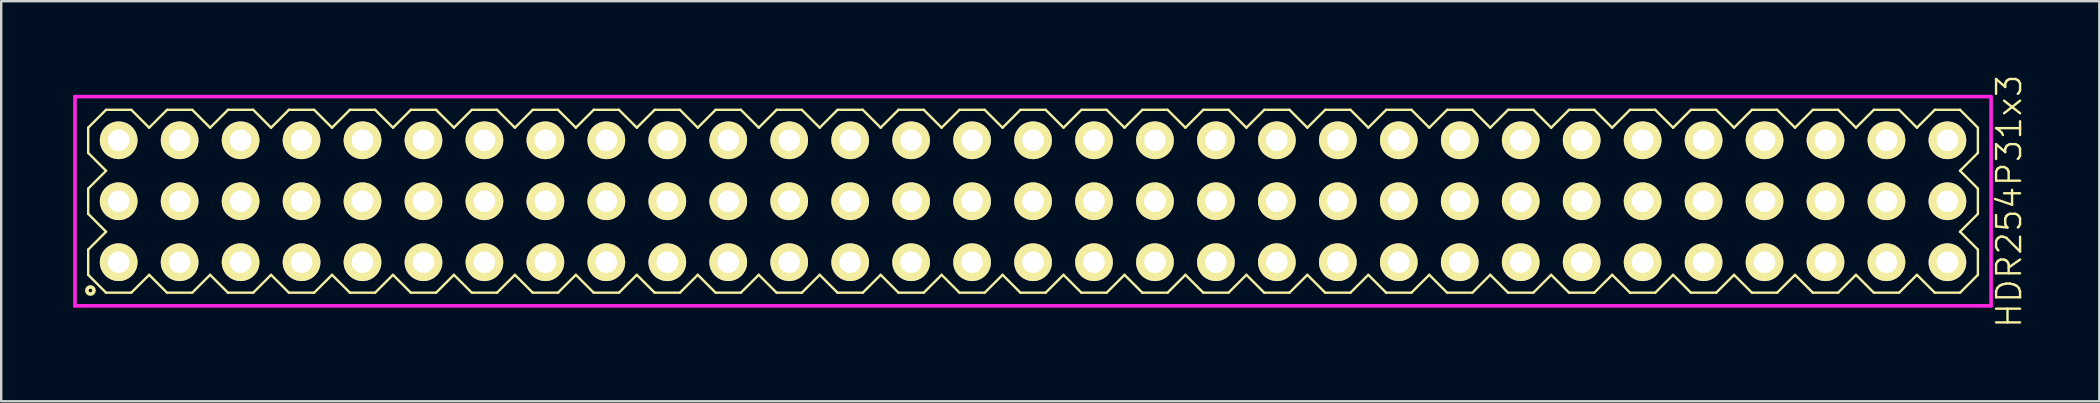
<source format=kicad_pcb>
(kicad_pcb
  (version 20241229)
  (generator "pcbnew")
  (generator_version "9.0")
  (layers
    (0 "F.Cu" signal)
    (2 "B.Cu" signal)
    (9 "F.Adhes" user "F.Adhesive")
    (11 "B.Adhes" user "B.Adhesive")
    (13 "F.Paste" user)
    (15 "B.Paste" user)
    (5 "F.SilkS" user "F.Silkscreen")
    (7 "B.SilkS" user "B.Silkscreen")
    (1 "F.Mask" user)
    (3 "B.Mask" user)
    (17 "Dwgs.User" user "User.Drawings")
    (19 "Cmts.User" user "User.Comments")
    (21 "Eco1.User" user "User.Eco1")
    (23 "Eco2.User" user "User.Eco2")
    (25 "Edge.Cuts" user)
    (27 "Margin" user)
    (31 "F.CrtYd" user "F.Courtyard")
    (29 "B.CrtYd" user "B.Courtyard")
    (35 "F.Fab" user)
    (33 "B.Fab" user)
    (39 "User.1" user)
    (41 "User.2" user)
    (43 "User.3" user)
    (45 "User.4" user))
  (footprint "HDR254P31x3"
    (layer "F.Cu")
    (at 39.995 5.336)
    (property "Reference" "HDR254P31x3" (at 40.67 0 90) (layer "F.SilkS") (effects (font (size 1 1) (thickness 0.1))))
    (attr through_hole)
    (fp_line (start -39.37 -3.066) (end -38.626 -3.81) (stroke (width 0.1) (type solid)) (layer "F.SilkS"))
    (fp_line (start -39.37 -2.014) (end -39.37 -3.066) (stroke (width 0.1) (type solid)) (layer "F.SilkS"))
    (fp_line (start -39.37 -0.526) (end -38.626 -1.27) (stroke (width 0.1) (type solid)) (layer "F.SilkS"))
    (fp_line (start -39.37 0.526) (end -39.37 -0.526) (stroke (width 0.1) (type solid)) (layer "F.SilkS"))
    (fp_line (start -39.37 2.014) (end -38.626 1.27) (stroke (width 0.1) (type solid)) (layer "F.SilkS"))
    (fp_line (start -39.37 3.066) (end -39.37 2.014) (stroke (width 0.1) (type solid)) (layer "F.SilkS"))
    (fp_line (start -38.626 -3.81) (end -37.574 -3.81) (stroke (width 0.1) (type solid)) (layer "F.SilkS"))
    (fp_line (start -38.626 -1.27) (end -39.37 -2.014) (stroke (width 0.1) (type solid)) (layer "F.SilkS"))
    (fp_line (start -38.626 1.27) (end -39.37 0.526) (stroke (width 0.1) (type solid)) (layer "F.SilkS"))
    (fp_line (start -38.626 3.81) (end -39.37 3.066) (stroke (width 0.1) (type solid)) (layer "F.SilkS"))
    (fp_line (start -37.574 -3.81) (end -36.83 -3.066) (stroke (width 0.1) (type solid)) (layer "F.SilkS"))
    (fp_line (start -37.574 3.81) (end -38.626 3.81) (stroke (width 0.1) (type solid)) (layer "F.SilkS"))
    (fp_line (start -36.83 -3.066) (end -36.086 -3.81) (stroke (width 0.1) (type solid)) (layer "F.SilkS"))
    (fp_line (start -36.83 3.066) (end -37.574 3.81) (stroke (width 0.1) (type solid)) (layer "F.SilkS"))
    (fp_line (start -36.086 -3.81) (end -35.034 -3.81) (stroke (width 0.1) (type solid)) (layer "F.SilkS"))
    (fp_line (start -36.086 3.81) (end -36.83 3.066) (stroke (width 0.1) (type solid)) (layer "F.SilkS"))
    (fp_line (start -35.034 -3.81) (end -34.29 -3.066) (stroke (width 0.1) (type solid)) (layer "F.SilkS"))
    (fp_line (start -35.034 3.81) (end -36.086 3.81) (stroke (width 0.1) (type solid)) (layer "F.SilkS"))
    (fp_line (start -34.29 -3.066) (end -33.546 -3.81) (stroke (width 0.1) (type solid)) (layer "F.SilkS"))
    (fp_line (start -34.29 3.066) (end -35.034 3.81) (stroke (width 0.1) (type solid)) (layer "F.SilkS"))
    (fp_line (start -33.546 -3.81) (end -32.494 -3.81) (stroke (width 0.1) (type solid)) (layer "F.SilkS"))
    (fp_line (start -33.546 3.81) (end -34.29 3.066) (stroke (width 0.1) (type solid)) (layer "F.SilkS"))
    (fp_line (start -32.494 -3.81) (end -31.75 -3.066) (stroke (width 0.1) (type solid)) (layer "F.SilkS"))
    (fp_line (start -32.494 3.81) (end -33.546 3.81) (stroke (width 0.1) (type solid)) (layer "F.SilkS"))
    (fp_line (start -31.75 -3.066) (end -31.006 -3.81) (stroke (width 0.1) (type solid)) (layer "F.SilkS"))
    (fp_line (start -31.75 3.066) (end -32.494 3.81) (stroke (width 0.1) (type solid)) (layer "F.SilkS"))
    (fp_line (start -31.006 -3.81) (end -29.954 -3.81) (stroke (width 0.1) (type solid)) (layer "F.SilkS"))
    (fp_line (start -31.006 3.81) (end -31.75 3.066) (stroke (width 0.1) (type solid)) (layer "F.SilkS"))
    (fp_line (start -29.954 -3.81) (end -29.21 -3.066) (stroke (width 0.1) (type solid)) (layer "F.SilkS"))
    (fp_line (start -29.954 3.81) (end -31.006 3.81) (stroke (width 0.1) (type solid)) (layer "F.SilkS"))
    (fp_line (start -29.21 -3.066) (end -28.466 -3.81) (stroke (width 0.1) (type solid)) (layer "F.SilkS"))
    (fp_line (start -29.21 3.066) (end -29.954 3.81) (stroke (width 0.1) (type solid)) (layer "F.SilkS"))
    (fp_line (start -28.466 -3.81) (end -27.414 -3.81) (stroke (width 0.1) (type solid)) (layer "F.SilkS"))
    (fp_line (start -28.466 3.81) (end -29.21 3.066) (stroke (width 0.1) (type solid)) (layer "F.SilkS"))
    (fp_line (start -27.414 -3.81) (end -26.67 -3.066) (stroke (width 0.1) (type solid)) (layer "F.SilkS"))
    (fp_line (start -27.414 3.81) (end -28.466 3.81) (stroke (width 0.1) (type solid)) (layer "F.SilkS"))
    (fp_line (start -26.67 -3.066) (end -25.926 -3.81) (stroke (width 0.1) (type solid)) (layer "F.SilkS"))
    (fp_line (start -26.67 3.066) (end -27.414 3.81) (stroke (width 0.1) (type solid)) (layer "F.SilkS"))
    (fp_line (start -25.926 -3.81) (end -24.874 -3.81) (stroke (width 0.1) (type solid)) (layer "F.SilkS"))
    (fp_line (start -25.926 3.81) (end -26.67 3.066) (stroke (width 0.1) (type solid)) (layer "F.SilkS"))
    (fp_line (start -24.874 -3.81) (end -24.13 -3.066) (stroke (width 0.1) (type solid)) (layer "F.SilkS"))
    (fp_line (start -24.874 3.81) (end -25.926 3.81) (stroke (width 0.1) (type solid)) (layer "F.SilkS"))
    (fp_line (start -24.13 -3.066) (end -23.386 -3.81) (stroke (width 0.1) (type solid)) (layer "F.SilkS"))
    (fp_line (start -24.13 3.066) (end -24.874 3.81) (stroke (width 0.1) (type solid)) (layer "F.SilkS"))
    (fp_line (start -23.386 -3.81) (end -22.334 -3.81) (stroke (width 0.1) (type solid)) (layer "F.SilkS"))
    (fp_line (start -23.386 3.81) (end -24.13 3.066) (stroke (width 0.1) (type solid)) (layer "F.SilkS"))
    (fp_line (start -22.334 -3.81) (end -21.59 -3.066) (stroke (width 0.1) (type solid)) (layer "F.SilkS"))
    (fp_line (start -22.334 3.81) (end -23.386 3.81) (stroke (width 0.1) (type solid)) (layer "F.SilkS"))
    (fp_line (start -21.59 -3.066) (end -20.846 -3.81) (stroke (width 0.1) (type solid)) (layer "F.SilkS"))
    (fp_line (start -21.59 3.066) (end -22.334 3.81) (stroke (width 0.1) (type solid)) (layer "F.SilkS"))
    (fp_line (start -20.846 -3.81) (end -19.794 -3.81) (stroke (width 0.1) (type solid)) (layer "F.SilkS"))
    (fp_line (start -20.846 3.81) (end -21.59 3.066) (stroke (width 0.1) (type solid)) (layer "F.SilkS"))
    (fp_line (start -19.794 -3.81) (end -19.05 -3.066) (stroke (width 0.1) (type solid)) (layer "F.SilkS"))
    (fp_line (start -19.794 3.81) (end -20.846 3.81) (stroke (width 0.1) (type solid)) (layer "F.SilkS"))
    (fp_line (start -19.05 -3.066) (end -18.306 -3.81) (stroke (width 0.1) (type solid)) (layer "F.SilkS"))
    (fp_line (start -19.05 3.066) (end -19.794 3.81) (stroke (width 0.1) (type solid)) (layer "F.SilkS"))
    (fp_line (start -18.306 -3.81) (end -17.254 -3.81) (stroke (width 0.1) (type solid)) (layer "F.SilkS"))
    (fp_line (start -18.306 3.81) (end -19.05 3.066) (stroke (width 0.1) (type solid)) (layer "F.SilkS"))
    (fp_line (start -17.254 -3.81) (end -16.51 -3.066) (stroke (width 0.1) (type solid)) (layer "F.SilkS"))
    (fp_line (start -17.254 3.81) (end -18.306 3.81) (stroke (width 0.1) (type solid)) (layer "F.SilkS"))
    (fp_line (start -16.51 -3.066) (end -15.766 -3.81) (stroke (width 0.1) (type solid)) (layer "F.SilkS"))
    (fp_line (start -16.51 3.066) (end -17.254 3.81) (stroke (width 0.1) (type solid)) (layer "F.SilkS"))
    (fp_line (start -15.766 -3.81) (end -14.714 -3.81) (stroke (width 0.1) (type solid)) (layer "F.SilkS"))
    (fp_line (start -15.766 3.81) (end -16.51 3.066) (stroke (width 0.1) (type solid)) (layer "F.SilkS"))
    (fp_line (start -14.714 -3.81) (end -13.97 -3.066) (stroke (width 0.1) (type solid)) (layer "F.SilkS"))
    (fp_line (start -14.714 3.81) (end -15.766 3.81) (stroke (width 0.1) (type solid)) (layer "F.SilkS"))
    (fp_line (start -13.97 -3.066) (end -13.226 -3.81) (stroke (width 0.1) (type solid)) (layer "F.SilkS"))
    (fp_line (start -13.97 3.066) (end -14.714 3.81) (stroke (width 0.1) (type solid)) (layer "F.SilkS"))
    (fp_line (start -13.226 -3.81) (end -12.174 -3.81) (stroke (width 0.1) (type solid)) (layer "F.SilkS"))
    (fp_line (start -13.226 3.81) (end -13.97 3.066) (stroke (width 0.1) (type solid)) (layer "F.SilkS"))
    (fp_line (start -12.174 -3.81) (end -11.43 -3.066) (stroke (width 0.1) (type solid)) (layer "F.SilkS"))
    (fp_line (start -12.174 3.81) (end -13.226 3.81) (stroke (width 0.1) (type solid)) (layer "F.SilkS"))
    (fp_line (start -11.43 -3.066) (end -10.686 -3.81) (stroke (width 0.1) (type solid)) (layer "F.SilkS"))
    (fp_line (start -11.43 3.066) (end -12.174 3.81) (stroke (width 0.1) (type solid)) (layer "F.SilkS"))
    (fp_line (start -10.686 -3.81) (end -9.634 -3.81) (stroke (width 0.1) (type solid)) (layer "F.SilkS"))
    (fp_line (start -10.686 3.81) (end -11.43 3.066) (stroke (width 0.1) (type solid)) (layer "F.SilkS"))
    (fp_line (start -9.634 -3.81) (end -8.89 -3.066) (stroke (width 0.1) (type solid)) (layer "F.SilkS"))
    (fp_line (start -9.634 3.81) (end -10.686 3.81) (stroke (width 0.1) (type solid)) (layer "F.SilkS"))
    (fp_line (start -8.89 -3.066) (end -8.146 -3.81) (stroke (width 0.1) (type solid)) (layer "F.SilkS"))
    (fp_line (start -8.89 3.066) (end -9.634 3.81) (stroke (width 0.1) (type solid)) (layer "F.SilkS"))
    (fp_line (start -8.146 -3.81) (end -7.094 -3.81) (stroke (width 0.1) (type solid)) (layer "F.SilkS"))
    (fp_line (start -8.146 3.81) (end -8.89 3.066) (stroke (width 0.1) (type solid)) (layer "F.SilkS"))
    (fp_line (start -7.094 -3.81) (end -6.35 -3.066) (stroke (width 0.1) (type solid)) (layer "F.SilkS"))
    (fp_line (start -7.094 3.81) (end -8.146 3.81) (stroke (width 0.1) (type solid)) (layer "F.SilkS"))
    (fp_line (start -6.35 -3.066) (end -5.606 -3.81) (stroke (width 0.1) (type solid)) (layer "F.SilkS"))
    (fp_line (start -6.35 3.066) (end -7.094 3.81) (stroke (width 0.1) (type solid)) (layer "F.SilkS"))
    (fp_line (start -5.606 -3.81) (end -4.554 -3.81) (stroke (width 0.1) (type solid)) (layer "F.SilkS"))
    (fp_line (start -5.606 3.81) (end -6.35 3.066) (stroke (width 0.1) (type solid)) (layer "F.SilkS"))
    (fp_line (start -4.554 -3.81) (end -3.81 -3.066) (stroke (width 0.1) (type solid)) (layer "F.SilkS"))
    (fp_line (start -4.554 3.81) (end -5.606 3.81) (stroke (width 0.1) (type solid)) (layer "F.SilkS"))
    (fp_line (start -3.81 -3.066) (end -3.066 -3.81) (stroke (width 0.1) (type solid)) (layer "F.SilkS"))
    (fp_line (start -3.81 3.066) (end -4.554 3.81) (stroke (width 0.1) (type solid)) (layer "F.SilkS"))
    (fp_line (start -3.066 -3.81) (end -2.014 -3.81) (stroke (width 0.1) (type solid)) (layer "F.SilkS"))
    (fp_line (start -3.066 3.81) (end -3.81 3.066) (stroke (width 0.1) (type solid)) (layer "F.SilkS"))
    (fp_line (start -2.014 -3.81) (end -1.27 -3.066) (stroke (width 0.1) (type solid)) (layer "F.SilkS"))
    (fp_line (start -2.014 3.81) (end -3.066 3.81) (stroke (width 0.1) (type solid)) (layer "F.SilkS"))
    (fp_line (start -1.27 -3.066) (end -0.526 -3.81) (stroke (width 0.1) (type solid)) (layer "F.SilkS"))
    (fp_line (start -1.27 3.066) (end -2.014 3.81) (stroke (width 0.1) (type solid)) (layer "F.SilkS"))
    (fp_line (start -0.526 -3.81) (end 0.526 -3.81) (stroke (width 0.1) (type solid)) (layer "F.SilkS"))
    (fp_line (start -0.526 3.81) (end -1.27 3.066) (stroke (width 0.1) (type solid)) (layer "F.SilkS"))
    (fp_line (start 0.526 -3.81) (end 1.27 -3.066) (stroke (width 0.1) (type solid)) (layer "F.SilkS"))
    (fp_line (start 0.526 3.81) (end -0.526 3.81) (stroke (width 0.1) (type solid)) (layer "F.SilkS"))
    (fp_line (start 1.27 -3.066) (end 2.014 -3.81) (stroke (width 0.1) (type solid)) (layer "F.SilkS"))
    (fp_line (start 1.27 3.066) (end 0.526 3.81) (stroke (width 0.1) (type solid)) (layer "F.SilkS"))
    (fp_line (start 2.014 -3.81) (end 3.066 -3.81) (stroke (width 0.1) (type solid)) (layer "F.SilkS"))
    (fp_line (start 2.014 3.81) (end 1.27 3.066) (stroke (width 0.1) (type solid)) (layer "F.SilkS"))
    (fp_line (start 3.066 -3.81) (end 3.81 -3.066) (stroke (width 0.1) (type solid)) (layer "F.SilkS"))
    (fp_line (start 3.066 3.81) (end 2.014 3.81) (stroke (width 0.1) (type solid)) (layer "F.SilkS"))
    (fp_line (start 3.81 -3.066) (end 4.554 -3.81) (stroke (width 0.1) (type solid)) (layer "F.SilkS"))
    (fp_line (start 3.81 3.066) (end 3.066 3.81) (stroke (width 0.1) (type solid)) (layer "F.SilkS"))
    (fp_line (start 4.554 -3.81) (end 5.606 -3.81) (stroke (width 0.1) (type solid)) (layer "F.SilkS"))
    (fp_line (start 4.554 3.81) (end 3.81 3.066) (stroke (width 0.1) (type solid)) (layer "F.SilkS"))
    (fp_line (start 5.606 -3.81) (end 6.35 -3.066) (stroke (width 0.1) (type solid)) (layer "F.SilkS"))
    (fp_line (start 5.606 3.81) (end 4.554 3.81) (stroke (width 0.1) (type solid)) (layer "F.SilkS"))
    (fp_line (start 6.35 -3.066) (end 7.094 -3.81) (stroke (width 0.1) (type solid)) (layer "F.SilkS"))
    (fp_line (start 6.35 3.066) (end 5.606 3.81) (stroke (width 0.1) (type solid)) (layer "F.SilkS"))
    (fp_line (start 7.094 -3.81) (end 8.146 -3.81) (stroke (width 0.1) (type solid)) (layer "F.SilkS"))
    (fp_line (start 7.094 3.81) (end 6.35 3.066) (stroke (width 0.1) (type solid)) (layer "F.SilkS"))
    (fp_line (start 8.146 -3.81) (end 8.89 -3.066) (stroke (width 0.1) (type solid)) (layer "F.SilkS"))
    (fp_line (start 8.146 3.81) (end 7.094 3.81) (stroke (width 0.1) (type solid)) (layer "F.SilkS"))
    (fp_line (start 8.89 -3.066) (end 9.634 -3.81) (stroke (width 0.1) (type solid)) (layer "F.SilkS"))
    (fp_line (start 8.89 3.066) (end 8.146 3.81) (stroke (width 0.1) (type solid)) (layer "F.SilkS"))
    (fp_line (start 9.634 -3.81) (end 10.686 -3.81) (stroke (width 0.1) (type solid)) (layer "F.SilkS"))
    (fp_line (start 9.634 3.81) (end 8.89 3.066) (stroke (width 0.1) (type solid)) (layer "F.SilkS"))
    (fp_line (start 10.686 -3.81) (end 11.43 -3.066) (stroke (width 0.1) (type solid)) (layer "F.SilkS"))
    (fp_line (start 10.686 3.81) (end 9.634 3.81) (stroke (width 0.1) (type solid)) (layer "F.SilkS"))
    (fp_line (start 11.43 -3.066) (end 12.174 -3.81) (stroke (width 0.1) (type solid)) (layer "F.SilkS"))
    (fp_line (start 11.43 3.066) (end 10.686 3.81) (stroke (width 0.1) (type solid)) (layer "F.SilkS"))
    (fp_line (start 12.174 -3.81) (end 13.226 -3.81) (stroke (width 0.1) (type solid)) (layer "F.SilkS"))
    (fp_line (start 12.174 3.81) (end 11.43 3.066) (stroke (width 0.1) (type solid)) (layer "F.SilkS"))
    (fp_line (start 13.226 -3.81) (end 13.97 -3.066) (stroke (width 0.1) (type solid)) (layer "F.SilkS"))
    (fp_line (start 13.226 3.81) (end 12.174 3.81) (stroke (width 0.1) (type solid)) (layer "F.SilkS"))
    (fp_line (start 13.97 -3.066) (end 14.714 -3.81) (stroke (width 0.1) (type solid)) (layer "F.SilkS"))
    (fp_line (start 13.97 3.066) (end 13.226 3.81) (stroke (width 0.1) (type solid)) (layer "F.SilkS"))
    (fp_line (start 14.714 -3.81) (end 15.766 -3.81) (stroke (width 0.1) (type solid)) (layer "F.SilkS"))
    (fp_line (start 14.714 3.81) (end 13.97 3.066) (stroke (width 0.1) (type solid)) (layer "F.SilkS"))
    (fp_line (start 15.766 -3.81) (end 16.51 -3.066) (stroke (width 0.1) (type solid)) (layer "F.SilkS"))
    (fp_line (start 15.766 3.81) (end 14.714 3.81) (stroke (width 0.1) (type solid)) (layer "F.SilkS"))
    (fp_line (start 16.51 -3.066) (end 17.254 -3.81) (stroke (width 0.1) (type solid)) (layer "F.SilkS"))
    (fp_line (start 16.51 3.066) (end 15.766 3.81) (stroke (width 0.1) (type solid)) (layer "F.SilkS"))
    (fp_line (start 17.254 -3.81) (end 18.306 -3.81) (stroke (width 0.1) (type solid)) (layer "F.SilkS"))
    (fp_line (start 17.254 3.81) (end 16.51 3.066) (stroke (width 0.1) (type solid)) (layer "F.SilkS"))
    (fp_line (start 18.306 -3.81) (end 19.05 -3.066) (stroke (width 0.1) (type solid)) (layer "F.SilkS"))
    (fp_line (start 18.306 3.81) (end 17.254 3.81) (stroke (width 0.1) (type solid)) (layer "F.SilkS"))
    (fp_line (start 19.05 -3.066) (end 19.794 -3.81) (stroke (width 0.1) (type solid)) (layer "F.SilkS"))
    (fp_line (start 19.05 3.066) (end 18.306 3.81) (stroke (width 0.1) (type solid)) (layer "F.SilkS"))
    (fp_line (start 19.794 -3.81) (end 20.846 -3.81) (stroke (width 0.1) (type solid)) (layer "F.SilkS"))
    (fp_line (start 19.794 3.81) (end 19.05 3.066) (stroke (width 0.1) (type solid)) (layer "F.SilkS"))
    (fp_line (start 20.846 -3.81) (end 21.59 -3.066) (stroke (width 0.1) (type solid)) (layer "F.SilkS"))
    (fp_line (start 20.846 3.81) (end 19.794 3.81) (stroke (width 0.1) (type solid)) (layer "F.SilkS"))
    (fp_line (start 21.59 -3.066) (end 22.334 -3.81) (stroke (width 0.1) (type solid)) (layer "F.SilkS"))
    (fp_line (start 21.59 3.066) (end 20.846 3.81) (stroke (width 0.1) (type solid)) (layer "F.SilkS"))
    (fp_line (start 22.334 -3.81) (end 23.386 -3.81) (stroke (width 0.1) (type solid)) (layer "F.SilkS"))
    (fp_line (start 22.334 3.81) (end 21.59 3.066) (stroke (width 0.1) (type solid)) (layer "F.SilkS"))
    (fp_line (start 23.386 -3.81) (end 24.13 -3.066) (stroke (width 0.1) (type solid)) (layer "F.SilkS"))
    (fp_line (start 23.386 3.81) (end 22.334 3.81) (stroke (width 0.1) (type solid)) (layer "F.SilkS"))
    (fp_line (start 24.13 -3.066) (end 24.874 -3.81) (stroke (width 0.1) (type solid)) (layer "F.SilkS"))
    (fp_line (start 24.13 3.066) (end 23.386 3.81) (stroke (width 0.1) (type solid)) (layer "F.SilkS"))
    (fp_line (start 24.874 -3.81) (end 25.926 -3.81) (stroke (width 0.1) (type solid)) (layer "F.SilkS"))
    (fp_line (start 24.874 3.81) (end 24.13 3.066) (stroke (width 0.1) (type solid)) (layer "F.SilkS"))
    (fp_line (start 25.926 -3.81) (end 26.67 -3.066) (stroke (width 0.1) (type solid)) (layer "F.SilkS"))
    (fp_line (start 25.926 3.81) (end 24.874 3.81) (stroke (width 0.1) (type solid)) (layer "F.SilkS"))
    (fp_line (start 26.67 -3.066) (end 27.414 -3.81) (stroke (width 0.1) (type solid)) (layer "F.SilkS"))
    (fp_line (start 26.67 3.066) (end 25.926 3.81) (stroke (width 0.1) (type solid)) (layer "F.SilkS"))
    (fp_line (start 27.414 -3.81) (end 28.466 -3.81) (stroke (width 0.1) (type solid)) (layer "F.SilkS"))
    (fp_line (start 27.414 3.81) (end 26.67 3.066) (stroke (width 0.1) (type solid)) (layer "F.SilkS"))
    (fp_line (start 28.466 -3.81) (end 29.21 -3.066) (stroke (width 0.1) (type solid)) (layer "F.SilkS"))
    (fp_line (start 28.466 3.81) (end 27.414 3.81) (stroke (width 0.1) (type solid)) (layer "F.SilkS"))
    (fp_line (start 29.21 -3.066) (end 29.954 -3.81) (stroke (width 0.1) (type solid)) (layer "F.SilkS"))
    (fp_line (start 29.21 3.066) (end 28.466 3.81) (stroke (width 0.1) (type solid)) (layer "F.SilkS"))
    (fp_line (start 29.954 -3.81) (end 31.006 -3.81) (stroke (width 0.1) (type solid)) (layer "F.SilkS"))
    (fp_line (start 29.954 3.81) (end 29.21 3.066) (stroke (width 0.1) (type solid)) (layer "F.SilkS"))
    (fp_line (start 31.006 -3.81) (end 31.75 -3.066) (stroke (width 0.1) (type solid)) (layer "F.SilkS"))
    (fp_line (start 31.006 3.81) (end 29.954 3.81) (stroke (width 0.1) (type solid)) (layer "F.SilkS"))
    (fp_line (start 31.75 -3.066) (end 32.494 -3.81) (stroke (width 0.1) (type solid)) (layer "F.SilkS"))
    (fp_line (start 31.75 3.066) (end 31.006 3.81) (stroke (width 0.1) (type solid)) (layer "F.SilkS"))
    (fp_line (start 32.494 -3.81) (end 33.546 -3.81) (stroke (width 0.1) (type solid)) (layer "F.SilkS"))
    (fp_line (start 32.494 3.81) (end 31.75 3.066) (stroke (width 0.1) (type solid)) (layer "F.SilkS"))
    (fp_line (start 33.546 -3.81) (end 34.29 -3.066) (stroke (width 0.1) (type solid)) (layer "F.SilkS"))
    (fp_line (start 33.546 3.81) (end 32.494 3.81) (stroke (width 0.1) (type solid)) (layer "F.SilkS"))
    (fp_line (start 34.29 -3.066) (end 35.034 -3.81) (stroke (width 0.1) (type solid)) (layer "F.SilkS"))
    (fp_line (start 34.29 3.066) (end 33.546 3.81) (stroke (width 0.1) (type solid)) (layer "F.SilkS"))
    (fp_line (start 35.034 -3.81) (end 36.086 -3.81) (stroke (width 0.1) (type solid)) (layer "F.SilkS"))
    (fp_line (start 35.034 3.81) (end 34.29 3.066) (stroke (width 0.1) (type solid)) (layer "F.SilkS"))
    (fp_line (start 36.086 -3.81) (end 36.83 -3.066) (stroke (width 0.1) (type solid)) (layer "F.SilkS"))
    (fp_line (start 36.086 3.81) (end 35.034 3.81) (stroke (width 0.1) (type solid)) (layer "F.SilkS"))
    (fp_line (start 36.83 -3.066) (end 37.574 -3.81) (stroke (width 0.1) (type solid)) (layer "F.SilkS"))
    (fp_line (start 36.83 3.066) (end 36.086 3.81) (stroke (width 0.1) (type solid)) (layer "F.SilkS"))
    (fp_line (start 37.574 -3.81) (end 38.626 -3.81) (stroke (width 0.1) (type solid)) (layer "F.SilkS"))
    (fp_line (start 37.574 3.81) (end 36.83 3.066) (stroke (width 0.1) (type solid)) (layer "F.SilkS"))
    (fp_line (start 38.626 -3.81) (end 39.37 -3.066) (stroke (width 0.1) (type solid)) (layer "F.SilkS"))
    (fp_line (start 38.626 -1.27) (end 39.37 -0.526) (stroke (width 0.1) (type solid)) (layer "F.SilkS"))
    (fp_line (start 38.626 1.27) (end 39.37 2.014) (stroke (width 0.1) (type solid)) (layer "F.SilkS"))
    (fp_line (start 38.626 3.81) (end 37.574 3.81) (stroke (width 0.1) (type solid)) (layer "F.SilkS"))
    (fp_line (start 39.37 -3.066) (end 39.37 -2.014) (stroke (width 0.1) (type solid)) (layer "F.SilkS"))
    (fp_line (start 39.37 -2.014) (end 38.626 -1.27) (stroke (width 0.1) (type solid)) (layer "F.SilkS"))
    (fp_line (start 39.37 -0.526) (end 39.37 0.526) (stroke (width 0.1) (type solid)) (layer "F.SilkS"))
    (fp_line (start 39.37 0.526) (end 38.626 1.27) (stroke (width 0.1) (type solid)) (layer "F.SilkS"))
    (fp_line (start 39.37 2.014) (end 39.37 3.066) (stroke (width 0.1) (type solid)) (layer "F.SilkS"))
    (fp_line (start 39.37 3.066) (end 38.626 3.81) (stroke (width 0.1) (type solid)) (layer "F.SilkS"))
    (fp_circle (center -39.277 3.718) (end -39.128 3.718) (stroke (width 0.15) (type solid)) (fill no) (layer "F.SilkS"))
    (fp_line (start -39.92 -4.36) (end -39.92 4.36) (stroke (width 0.15) (type solid)) (layer "F.CrtYd"))
    (fp_line (start -39.92 4.36) (end 39.92 4.36) (stroke (width 0.15) (type solid)) (layer "F.CrtYd"))
    (fp_line (start 39.92 -4.36) (end -39.92 -4.36) (stroke (width 0.15) (type solid)) (layer "F.CrtYd"))
    (fp_line (start 39.92 4.36) (end 39.92 -4.36) (stroke (width 0.15) (type solid)) (layer "F.CrtYd"))
    (pad "1" thru_hole oval (at -38.1 2.54) (size 1.57 1.57) (drill 0.9) (layers "*.Cu" "*.Mask" "F.SilkS"))
    (pad "2" thru_hole oval (at -38.1 0) (size 1.57 1.57) (drill 0.9) (layers "*.Cu" "*.Mask" "F.SilkS"))
    (pad "3" thru_hole oval (at -38.1 -2.54) (size 1.57 1.57) (drill 0.9) (layers "*.Cu" "*.Mask" "F.SilkS"))
    (pad "4" thru_hole oval (at -35.56 2.54) (size 1.57 1.57) (drill 0.9) (layers "*.Cu" "*.Mask" "F.SilkS"))
    (pad "5" thru_hole oval (at -35.56 0) (size 1.57 1.57) (drill 0.9) (layers "*.Cu" "*.Mask" "F.SilkS"))
    (pad "6" thru_hole oval (at -35.56 -2.54) (size 1.57 1.57) (drill 0.9) (layers "*.Cu" "*.Mask" "F.SilkS"))
    (pad "7" thru_hole oval (at -33.02 2.54) (size 1.57 1.57) (drill 0.9) (layers "*.Cu" "*.Mask" "F.SilkS"))
    (pad "8" thru_hole oval (at -33.02 0) (size 1.57 1.57) (drill 0.9) (layers "*.Cu" "*.Mask" "F.SilkS"))
    (pad "9" thru_hole oval (at -33.02 -2.54) (size 1.57 1.57) (drill 0.9) (layers "*.Cu" "*.Mask" "F.SilkS"))
    (pad "10" thru_hole oval (at -30.48 2.54) (size 1.57 1.57) (drill 0.9) (layers "*.Cu" "*.Mask" "F.SilkS"))
    (pad "11" thru_hole oval (at -30.48 0) (size 1.57 1.57) (drill 0.9) (layers "*.Cu" "*.Mask" "F.SilkS"))
    (pad "12" thru_hole oval (at -30.48 -2.54) (size 1.57 1.57) (drill 0.9) (layers "*.Cu" "*.Mask" "F.SilkS"))
    (pad "13" thru_hole oval (at -27.94 2.54) (size 1.57 1.57) (drill 0.9) (layers "*.Cu" "*.Mask" "F.SilkS"))
    (pad "14" thru_hole oval (at -27.94 0) (size 1.57 1.57) (drill 0.9) (layers "*.Cu" "*.Mask" "F.SilkS"))
    (pad "15" thru_hole oval (at -27.94 -2.54) (size 1.57 1.57) (drill 0.9) (layers "*.Cu" "*.Mask" "F.SilkS"))
    (pad "16" thru_hole oval (at -25.4 2.54) (size 1.57 1.57) (drill 0.9) (layers "*.Cu" "*.Mask" "F.SilkS"))
    (pad "17" thru_hole oval (at -25.4 0) (size 1.57 1.57) (drill 0.9) (layers "*.Cu" "*.Mask" "F.SilkS"))
    (pad "18" thru_hole oval (at -25.4 -2.54) (size 1.57 1.57) (drill 0.9) (layers "*.Cu" "*.Mask" "F.SilkS"))
    (pad "19" thru_hole oval (at -22.86 2.54) (size 1.57 1.57) (drill 0.9) (layers "*.Cu" "*.Mask" "F.SilkS"))
    (pad "20" thru_hole oval (at -22.86 0) (size 1.57 1.57) (drill 0.9) (layers "*.Cu" "*.Mask" "F.SilkS"))
    (pad "21" thru_hole oval (at -22.86 -2.54) (size 1.57 1.57) (drill 0.9) (layers "*.Cu" "*.Mask" "F.SilkS"))
    (pad "22" thru_hole oval (at -20.32 2.54) (size 1.57 1.57) (drill 0.9) (layers "*.Cu" "*.Mask" "F.SilkS"))
    (pad "23" thru_hole oval (at -20.32 0) (size 1.57 1.57) (drill 0.9) (layers "*.Cu" "*.Mask" "F.SilkS"))
    (pad "24" thru_hole oval (at -20.32 -2.54) (size 1.57 1.57) (drill 0.9) (layers "*.Cu" "*.Mask" "F.SilkS"))
    (pad "25" thru_hole oval (at -17.78 2.54) (size 1.57 1.57) (drill 0.9) (layers "*.Cu" "*.Mask" "F.SilkS"))
    (pad "26" thru_hole oval (at -17.78 0) (size 1.57 1.57) (drill 0.9) (layers "*.Cu" "*.Mask" "F.SilkS"))
    (pad "27" thru_hole oval (at -17.78 -2.54) (size 1.57 1.57) (drill 0.9) (layers "*.Cu" "*.Mask" "F.SilkS"))
    (pad "28" thru_hole oval (at -15.24 2.54) (size 1.57 1.57) (drill 0.9) (layers "*.Cu" "*.Mask" "F.SilkS"))
    (pad "29" thru_hole oval (at -15.24 0) (size 1.57 1.57) (drill 0.9) (layers "*.Cu" "*.Mask" "F.SilkS"))
    (pad "30" thru_hole oval (at -15.24 -2.54) (size 1.57 1.57) (drill 0.9) (layers "*.Cu" "*.Mask" "F.SilkS"))
    (pad "31" thru_hole oval (at -12.7 2.54) (size 1.57 1.57) (drill 0.9) (layers "*.Cu" "*.Mask" "F.SilkS"))
    (pad "32" thru_hole oval (at -12.7 0) (size 1.57 1.57) (drill 0.9) (layers "*.Cu" "*.Mask" "F.SilkS"))
    (pad "33" thru_hole oval (at -12.7 -2.54) (size 1.57 1.57) (drill 0.9) (layers "*.Cu" "*.Mask" "F.SilkS"))
    (pad "34" thru_hole oval (at -10.16 2.54) (size 1.57 1.57) (drill 0.9) (layers "*.Cu" "*.Mask" "F.SilkS"))
    (pad "35" thru_hole oval (at -10.16 0) (size 1.57 1.57) (drill 0.9) (layers "*.Cu" "*.Mask" "F.SilkS"))
    (pad "36" thru_hole oval (at -10.16 -2.54) (size 1.57 1.57) (drill 0.9) (layers "*.Cu" "*.Mask" "F.SilkS"))
    (pad "37" thru_hole oval (at -7.62 2.54) (size 1.57 1.57) (drill 0.9) (layers "*.Cu" "*.Mask" "F.SilkS"))
    (pad "38" thru_hole oval (at -7.62 0) (size 1.57 1.57) (drill 0.9) (layers "*.Cu" "*.Mask" "F.SilkS"))
    (pad "39" thru_hole oval (at -7.62 -2.54) (size 1.57 1.57) (drill 0.9) (layers "*.Cu" "*.Mask" "F.SilkS"))
    (pad "40" thru_hole oval (at -5.08 2.54) (size 1.57 1.57) (drill 0.9) (layers "*.Cu" "*.Mask" "F.SilkS"))
    (pad "41" thru_hole oval (at -5.08 0) (size 1.57 1.57) (drill 0.9) (layers "*.Cu" "*.Mask" "F.SilkS"))
    (pad "42" thru_hole oval (at -5.08 -2.54) (size 1.57 1.57) (drill 0.9) (layers "*.Cu" "*.Mask" "F.SilkS"))
    (pad "43" thru_hole oval (at -2.54 2.54) (size 1.57 1.57) (drill 0.9) (layers "*.Cu" "*.Mask" "F.SilkS"))
    (pad "44" thru_hole oval (at -2.54 0) (size 1.57 1.57) (drill 0.9) (layers "*.Cu" "*.Mask" "F.SilkS"))
    (pad "45" thru_hole oval (at -2.54 -2.54) (size 1.57 1.57) (drill 0.9) (layers "*.Cu" "*.Mask" "F.SilkS"))
    (pad "46" thru_hole oval (at 0 2.54) (size 1.57 1.57) (drill 0.9) (layers "*.Cu" "*.Mask" "F.SilkS"))
    (pad "47" thru_hole oval (at 0 0) (size 1.57 1.57) (drill 0.9) (layers "*.Cu" "*.Mask" "F.SilkS"))
    (pad "48" thru_hole oval (at 0 -2.54) (size 1.57 1.57) (drill 0.9) (layers "*.Cu" "*.Mask" "F.SilkS"))
    (pad "49" thru_hole oval (at 2.54 2.54) (size 1.57 1.57) (drill 0.9) (layers "*.Cu" "*.Mask" "F.SilkS"))
    (pad "50" thru_hole oval (at 2.54 0) (size 1.57 1.57) (drill 0.9) (layers "*.Cu" "*.Mask" "F.SilkS"))
    (pad "51" thru_hole oval (at 2.54 -2.54) (size 1.57 1.57) (drill 0.9) (layers "*.Cu" "*.Mask" "F.SilkS"))
    (pad "52" thru_hole oval (at 5.08 2.54) (size 1.57 1.57) (drill 0.9) (layers "*.Cu" "*.Mask" "F.SilkS"))
    (pad "53" thru_hole oval (at 5.08 0) (size 1.57 1.57) (drill 0.9) (layers "*.Cu" "*.Mask" "F.SilkS"))
    (pad "54" thru_hole oval (at 5.08 -2.54) (size 1.57 1.57) (drill 0.9) (layers "*.Cu" "*.Mask" "F.SilkS"))
    (pad "55" thru_hole oval (at 7.62 2.54) (size 1.57 1.57) (drill 0.9) (layers "*.Cu" "*.Mask" "F.SilkS"))
    (pad "56" thru_hole oval (at 7.62 0) (size 1.57 1.57) (drill 0.9) (layers "*.Cu" "*.Mask" "F.SilkS"))
    (pad "57" thru_hole oval (at 7.62 -2.54) (size 1.57 1.57) (drill 0.9) (layers "*.Cu" "*.Mask" "F.SilkS"))
    (pad "58" thru_hole oval (at 10.16 2.54) (size 1.57 1.57) (drill 0.9) (layers "*.Cu" "*.Mask" "F.SilkS"))
    (pad "59" thru_hole oval (at 10.16 0) (size 1.57 1.57) (drill 0.9) (layers "*.Cu" "*.Mask" "F.SilkS"))
    (pad "60" thru_hole oval (at 10.16 -2.54) (size 1.57 1.57) (drill 0.9) (layers "*.Cu" "*.Mask" "F.SilkS"))
    (pad "61" thru_hole oval (at 12.7 2.54) (size 1.57 1.57) (drill 0.9) (layers "*.Cu" "*.Mask" "F.SilkS"))
    (pad "62" thru_hole oval (at 12.7 0) (size 1.57 1.57) (drill 0.9) (layers "*.Cu" "*.Mask" "F.SilkS"))
    (pad "63" thru_hole oval (at 12.7 -2.54) (size 1.57 1.57) (drill 0.9) (layers "*.Cu" "*.Mask" "F.SilkS"))
    (pad "64" thru_hole oval (at 15.24 2.54) (size 1.57 1.57) (drill 0.9) (layers "*.Cu" "*.Mask" "F.SilkS"))
    (pad "65" thru_hole oval (at 15.24 0) (size 1.57 1.57) (drill 0.9) (layers "*.Cu" "*.Mask" "F.SilkS"))
    (pad "66" thru_hole oval (at 15.24 -2.54) (size 1.57 1.57) (drill 0.9) (layers "*.Cu" "*.Mask" "F.SilkS"))
    (pad "67" thru_hole oval (at 17.78 2.54) (size 1.57 1.57) (drill 0.9) (layers "*.Cu" "*.Mask" "F.SilkS"))
    (pad "68" thru_hole oval (at 17.78 0) (size 1.57 1.57) (drill 0.9) (layers "*.Cu" "*.Mask" "F.SilkS"))
    (pad "69" thru_hole oval (at 17.78 -2.54) (size 1.57 1.57) (drill 0.9) (layers "*.Cu" "*.Mask" "F.SilkS"))
    (pad "70" thru_hole oval (at 20.32 2.54) (size 1.57 1.57) (drill 0.9) (layers "*.Cu" "*.Mask" "F.SilkS"))
    (pad "71" thru_hole oval (at 20.32 0) (size 1.57 1.57) (drill 0.9) (layers "*.Cu" "*.Mask" "F.SilkS"))
    (pad "72" thru_hole oval (at 20.32 -2.54) (size 1.57 1.57) (drill 0.9) (layers "*.Cu" "*.Mask" "F.SilkS"))
    (pad "73" thru_hole oval (at 22.86 2.54) (size 1.57 1.57) (drill 0.9) (layers "*.Cu" "*.Mask" "F.SilkS"))
    (pad "74" thru_hole oval (at 22.86 0) (size 1.57 1.57) (drill 0.9) (layers "*.Cu" "*.Mask" "F.SilkS"))
    (pad "75" thru_hole oval (at 22.86 -2.54) (size 1.57 1.57) (drill 0.9) (layers "*.Cu" "*.Mask" "F.SilkS"))
    (pad "76" thru_hole oval (at 25.4 2.54) (size 1.57 1.57) (drill 0.9) (layers "*.Cu" "*.Mask" "F.SilkS"))
    (pad "77" thru_hole oval (at 25.4 0) (size 1.57 1.57) (drill 0.9) (layers "*.Cu" "*.Mask" "F.SilkS"))
    (pad "78" thru_hole oval (at 25.4 -2.54) (size 1.57 1.57) (drill 0.9) (layers "*.Cu" "*.Mask" "F.SilkS"))
    (pad "79" thru_hole oval (at 27.94 2.54) (size 1.57 1.57) (drill 0.9) (layers "*.Cu" "*.Mask" "F.SilkS"))
    (pad "80" thru_hole oval (at 27.94 0) (size 1.57 1.57) (drill 0.9) (layers "*.Cu" "*.Mask" "F.SilkS"))
    (pad "81" thru_hole oval (at 27.94 -2.54) (size 1.57 1.57) (drill 0.9) (layers "*.Cu" "*.Mask" "F.SilkS"))
    (pad "82" thru_hole oval (at 30.48 2.54) (size 1.57 1.57) (drill 0.9) (layers "*.Cu" "*.Mask" "F.SilkS"))
    (pad "83" thru_hole oval (at 30.48 0) (size 1.57 1.57) (drill 0.9) (layers "*.Cu" "*.Mask" "F.SilkS"))
    (pad "84" thru_hole oval (at 30.48 -2.54) (size 1.57 1.57) (drill 0.9) (layers "*.Cu" "*.Mask" "F.SilkS"))
    (pad "85" thru_hole oval (at 33.02 2.54) (size 1.57 1.57) (drill 0.9) (layers "*.Cu" "*.Mask" "F.SilkS"))
    (pad "86" thru_hole oval (at 33.02 0) (size 1.57 1.57) (drill 0.9) (layers "*.Cu" "*.Mask" "F.SilkS"))
    (pad "87" thru_hole oval (at 33.02 -2.54) (size 1.57 1.57) (drill 0.9) (layers "*.Cu" "*.Mask" "F.SilkS"))
    (pad "88" thru_hole oval (at 35.56 2.54) (size 1.57 1.57) (drill 0.9) (layers "*.Cu" "*.Mask" "F.SilkS"))
    (pad "89" thru_hole oval (at 35.56 0) (size 1.57 1.57) (drill 0.9) (layers "*.Cu" "*.Mask" "F.SilkS"))
    (pad "90" thru_hole oval (at 35.56 -2.54) (size 1.57 1.57) (drill 0.9) (layers "*.Cu" "*.Mask" "F.SilkS"))
    (pad "91" thru_hole oval (at 38.1 2.54) (size 1.57 1.57) (drill 0.9) (layers "*.Cu" "*.Mask" "F.SilkS"))
    (pad "92" thru_hole oval (at 38.1 0) (size 1.57 1.57) (drill 0.9) (layers "*.Cu" "*.Mask" "F.SilkS"))
    (pad "93" thru_hole oval (at 38.1 -2.54) (size 1.57 1.57) (drill 0.9) (layers "*.Cu" "*.Mask" "F.SilkS")))
  (gr_rect
    (start -3 -3)
    (end 84.425 13.671)
    (stroke (width 0.1) (type default))
    (fill no)
    (layer "Edge.Cuts")))
</source>
